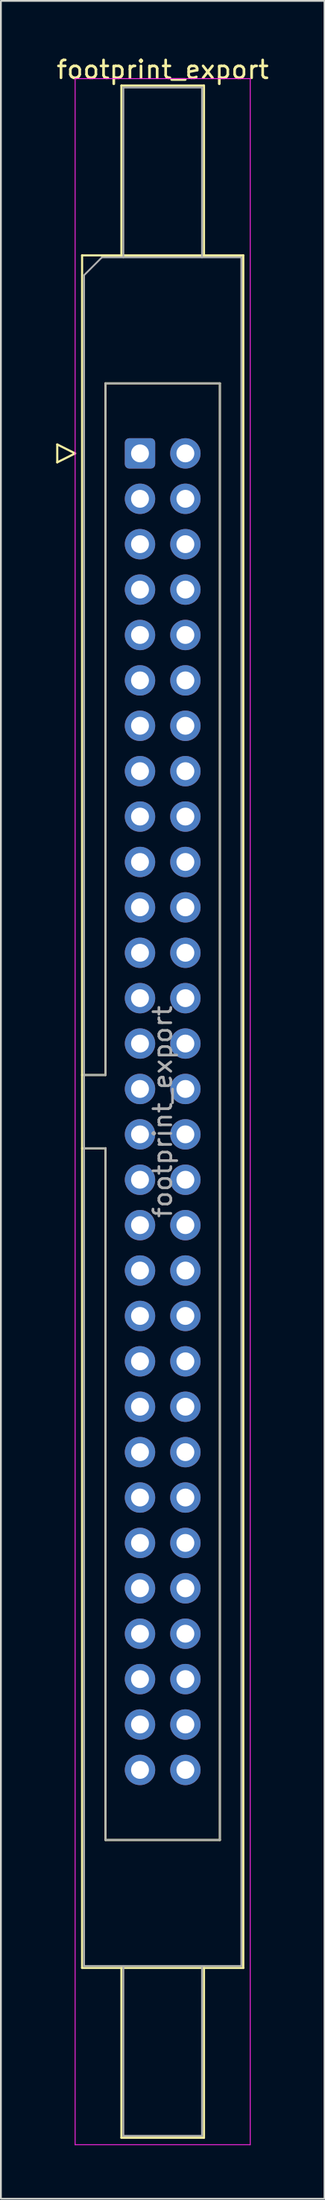
<source format=kicad_pcb>
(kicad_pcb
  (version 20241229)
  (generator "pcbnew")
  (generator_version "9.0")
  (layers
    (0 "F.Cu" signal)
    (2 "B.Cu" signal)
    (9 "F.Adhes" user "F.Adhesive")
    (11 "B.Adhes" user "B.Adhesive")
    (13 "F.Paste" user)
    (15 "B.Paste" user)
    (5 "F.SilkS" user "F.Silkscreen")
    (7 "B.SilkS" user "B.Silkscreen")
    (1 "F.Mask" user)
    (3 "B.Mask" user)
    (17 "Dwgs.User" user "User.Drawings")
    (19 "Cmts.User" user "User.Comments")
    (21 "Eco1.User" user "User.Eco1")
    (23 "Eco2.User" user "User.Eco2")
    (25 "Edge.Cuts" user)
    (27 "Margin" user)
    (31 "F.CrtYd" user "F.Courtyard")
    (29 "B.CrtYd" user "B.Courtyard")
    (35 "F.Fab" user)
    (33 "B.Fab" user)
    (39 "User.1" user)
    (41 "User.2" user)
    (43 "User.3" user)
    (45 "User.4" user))
  (footprint "footprint_export"
    (layer "F.Cu")
    (at 4.784 22.318)
    (property "Reference" "footprint_export" (at 1.27 -21.47 0) (layer "F.SilkS") (effects (font (size 1 1) (thickness 0.15))))
    (attr through_hole)
    (fp_line (start -4.63 -0.5) (end -4.63 0.5) (stroke (width 0.12) (type solid)) (layer "F.SilkS"))
    (fp_line (start -4.63 0.5) (end -3.63 0) (stroke (width 0.12) (type solid)) (layer "F.SilkS"))
    (fp_line (start -3.63 0) (end -4.63 -0.5) (stroke (width 0.12) (type solid)) (layer "F.SilkS"))
    (fp_line (start -3.24 -11.08) (end 5.78 -11.08) (stroke (width 0.12) (type solid)) (layer "F.SilkS"))
    (fp_line (start -3.24 34.78) (end -1.93 34.78) (stroke (width 0.12) (type solid)) (layer "F.SilkS"))
    (fp_line (start -3.24 84.74) (end -3.24 -11.08) (stroke (width 0.12) (type solid)) (layer "F.SilkS"))
    (fp_line (start -1.93 -3.92) (end 4.47 -3.92) (stroke (width 0.12) (type solid)) (layer "F.SilkS"))
    (fp_line (start -1.93 34.78) (end -1.93 -3.92) (stroke (width 0.12) (type solid)) (layer "F.SilkS"))
    (fp_line (start -1.93 38.88) (end -3.24 38.88) (stroke (width 0.12) (type solid)) (layer "F.SilkS"))
    (fp_line (start -1.93 38.88) (end -1.93 38.88) (stroke (width 0.12) (type solid)) (layer "F.SilkS"))
    (fp_line (start -1.93 77.58) (end -1.93 38.88) (stroke (width 0.12) (type solid)) (layer "F.SilkS"))
    (fp_line (start -1.04 -20.58) (end 3.58 -20.58) (stroke (width 0.12) (type solid)) (layer "F.SilkS"))
    (fp_line (start -1.04 -11.08) (end -1.04 -20.58) (stroke (width 0.12) (type solid)) (layer "F.SilkS"))
    (fp_line (start -1.04 84.74) (end -1.04 94.24) (stroke (width 0.12) (type solid)) (layer "F.SilkS"))
    (fp_line (start -1.04 94.24) (end 3.58 94.24) (stroke (width 0.12) (type solid)) (layer "F.SilkS"))
    (fp_line (start 3.58 -20.58) (end 3.58 -11.08) (stroke (width 0.12) (type solid)) (layer "F.SilkS"))
    (fp_line (start 3.58 94.24) (end 3.58 84.74) (stroke (width 0.12) (type solid)) (layer "F.SilkS"))
    (fp_line (start 4.47 -3.92) (end 4.47 77.58) (stroke (width 0.12) (type solid)) (layer "F.SilkS"))
    (fp_line (start 4.47 77.58) (end -1.93 77.58) (stroke (width 0.12) (type solid)) (layer "F.SilkS"))
    (fp_line (start 5.78 -11.08) (end 5.78 84.74) (stroke (width 0.12) (type solid)) (layer "F.SilkS"))
    (fp_line (start 5.78 84.74) (end -3.24 84.74) (stroke (width 0.12) (type solid)) (layer "F.SilkS"))
    (fp_line (start -3.63 -20.97) (end -3.63 94.63) (stroke (width 0.05) (type solid)) (layer "F.CrtYd"))
    (fp_line (start -3.63 94.63) (end 6.17 94.63) (stroke (width 0.05) (type solid)) (layer "F.CrtYd"))
    (fp_line (start 6.17 -20.97) (end -3.63 -20.97) (stroke (width 0.05) (type solid)) (layer "F.CrtYd"))
    (fp_line (start 6.17 94.63) (end 6.17 -20.97) (stroke (width 0.05) (type solid)) (layer "F.CrtYd"))
    (fp_line (start -3.13 -9.97) (end -2.13 -10.97) (stroke (width 0.1) (type solid)) (layer "F.Fab"))
    (fp_line (start -3.13 34.78) (end -1.93 34.78) (stroke (width 0.1) (type solid)) (layer "F.Fab"))
    (fp_line (start -3.13 84.63) (end -3.13 -9.97) (stroke (width 0.1) (type solid)) (layer "F.Fab"))
    (fp_line (start -2.13 -10.97) (end 5.67 -10.97) (stroke (width 0.1) (type solid)) (layer "F.Fab"))
    (fp_line (start -1.93 -3.92) (end 4.47 -3.92) (stroke (width 0.1) (type solid)) (layer "F.Fab"))
    (fp_line (start -1.93 34.78) (end -1.93 -3.92) (stroke (width 0.1) (type solid)) (layer "F.Fab"))
    (fp_line (start -1.93 38.88) (end -3.13 38.88) (stroke (width 0.1) (type solid)) (layer "F.Fab"))
    (fp_line (start -1.93 38.88) (end -1.93 38.88) (stroke (width 0.1) (type solid)) (layer "F.Fab"))
    (fp_line (start -1.93 77.58) (end -1.93 38.88) (stroke (width 0.1) (type solid)) (layer "F.Fab"))
    (fp_line (start -0.93 -20.47) (end 3.47 -20.47) (stroke (width 0.1) (type solid)) (layer "F.Fab"))
    (fp_line (start -0.93 -10.97) (end -0.93 -20.47) (stroke (width 0.1) (type solid)) (layer "F.Fab"))
    (fp_line (start -0.93 84.63) (end -0.93 94.13) (stroke (width 0.1) (type solid)) (layer "F.Fab"))
    (fp_line (start -0.93 94.13) (end 3.47 94.13) (stroke (width 0.1) (type solid)) (layer "F.Fab"))
    (fp_line (start 3.47 -20.47) (end 3.47 -10.97) (stroke (width 0.1) (type solid)) (layer "F.Fab"))
    (fp_line (start 3.47 94.13) (end 3.47 84.63) (stroke (width 0.1) (type solid)) (layer "F.Fab"))
    (fp_line (start 4.47 -3.92) (end 4.47 77.58) (stroke (width 0.1) (type solid)) (layer "F.Fab"))
    (fp_line (start 4.47 77.58) (end -1.93 77.58) (stroke (width 0.1) (type solid)) (layer "F.Fab"))
    (fp_line (start 5.67 -10.97) (end 5.67 84.63) (stroke (width 0.1) (type solid)) (layer "F.Fab"))
    (fp_line (start 5.67 84.63) (end -3.13 84.63) (stroke (width 0.1) (type solid)) (layer "F.Fab"))
    (fp_text user "${REFERENCE}" (at 1.27 36.83 90) (layer "F.Fab") (effects (font (size 1 1) (thickness 0.15))))
    (pad "1" thru_hole roundrect (at 0 0) (size 1.7 1.7) (drill 1) (layers "*.Cu" "*.Mask") (roundrect_rratio 0.147))
    (pad "2" thru_hole circle (at 2.54 0) (size 1.7 1.7) (drill 1) (layers "*.Cu" "*.Mask"))
    (pad "3" thru_hole circle (at 0 2.54) (size 1.7 1.7) (drill 1) (layers "*.Cu" "*.Mask"))
    (pad "4" thru_hole circle (at 2.54 2.54) (size 1.7 1.7) (drill 1) (layers "*.Cu" "*.Mask"))
    (pad "5" thru_hole circle (at 0 5.08) (size 1.7 1.7) (drill 1) (layers "*.Cu" "*.Mask"))
    (pad "6" thru_hole circle (at 2.54 5.08) (size 1.7 1.7) (drill 1) (layers "*.Cu" "*.Mask"))
    (pad "7" thru_hole circle (at 0 7.62) (size 1.7 1.7) (drill 1) (layers "*.Cu" "*.Mask"))
    (pad "8" thru_hole circle (at 2.54 7.62) (size 1.7 1.7) (drill 1) (layers "*.Cu" "*.Mask"))
    (pad "9" thru_hole circle (at 0 10.16) (size 1.7 1.7) (drill 1) (layers "*.Cu" "*.Mask"))
    (pad "10" thru_hole circle (at 2.54 10.16) (size 1.7 1.7) (drill 1) (layers "*.Cu" "*.Mask"))
    (pad "11" thru_hole circle (at 0 12.7) (size 1.7 1.7) (drill 1) (layers "*.Cu" "*.Mask"))
    (pad "12" thru_hole circle (at 2.54 12.7) (size 1.7 1.7) (drill 1) (layers "*.Cu" "*.Mask"))
    (pad "13" thru_hole circle (at 0 15.24) (size 1.7 1.7) (drill 1) (layers "*.Cu" "*.Mask"))
    (pad "14" thru_hole circle (at 2.54 15.24) (size 1.7 1.7) (drill 1) (layers "*.Cu" "*.Mask"))
    (pad "15" thru_hole circle (at 0 17.78) (size 1.7 1.7) (drill 1) (layers "*.Cu" "*.Mask"))
    (pad "16" thru_hole circle (at 2.54 17.78) (size 1.7 1.7) (drill 1) (layers "*.Cu" "*.Mask"))
    (pad "17" thru_hole circle (at 0 20.32) (size 1.7 1.7) (drill 1) (layers "*.Cu" "*.Mask"))
    (pad "18" thru_hole circle (at 2.54 20.32) (size 1.7 1.7) (drill 1) (layers "*.Cu" "*.Mask"))
    (pad "19" thru_hole circle (at 0 22.86) (size 1.7 1.7) (drill 1) (layers "*.Cu" "*.Mask"))
    (pad "20" thru_hole circle (at 2.54 22.86) (size 1.7 1.7) (drill 1) (layers "*.Cu" "*.Mask"))
    (pad "21" thru_hole circle (at 0 25.4) (size 1.7 1.7) (drill 1) (layers "*.Cu" "*.Mask"))
    (pad "22" thru_hole circle (at 2.54 25.4) (size 1.7 1.7) (drill 1) (layers "*.Cu" "*.Mask"))
    (pad "23" thru_hole circle (at 0 27.94) (size 1.7 1.7) (drill 1) (layers "*.Cu" "*.Mask"))
    (pad "24" thru_hole circle (at 2.54 27.94) (size 1.7 1.7) (drill 1) (layers "*.Cu" "*.Mask"))
    (pad "25" thru_hole circle (at 0 30.48) (size 1.7 1.7) (drill 1) (layers "*.Cu" "*.Mask"))
    (pad "26" thru_hole circle (at 2.54 30.48) (size 1.7 1.7) (drill 1) (layers "*.Cu" "*.Mask"))
    (pad "27" thru_hole circle (at 0 33.02) (size 1.7 1.7) (drill 1) (layers "*.Cu" "*.Mask"))
    (pad "28" thru_hole circle (at 2.54 33.02) (size 1.7 1.7) (drill 1) (layers "*.Cu" "*.Mask"))
    (pad "29" thru_hole circle (at 0 35.56) (size 1.7 1.7) (drill 1) (layers "*.Cu" "*.Mask"))
    (pad "30" thru_hole circle (at 2.54 35.56) (size 1.7 1.7) (drill 1) (layers "*.Cu" "*.Mask"))
    (pad "31" thru_hole circle (at 0 38.1) (size 1.7 1.7) (drill 1) (layers "*.Cu" "*.Mask"))
    (pad "32" thru_hole circle (at 2.54 38.1) (size 1.7 1.7) (drill 1) (layers "*.Cu" "*.Mask"))
    (pad "33" thru_hole circle (at 0 40.64) (size 1.7 1.7) (drill 1) (layers "*.Cu" "*.Mask"))
    (pad "34" thru_hole circle (at 2.54 40.64) (size 1.7 1.7) (drill 1) (layers "*.Cu" "*.Mask"))
    (pad "35" thru_hole circle (at 0 43.18) (size 1.7 1.7) (drill 1) (layers "*.Cu" "*.Mask"))
    (pad "36" thru_hole circle (at 2.54 43.18) (size 1.7 1.7) (drill 1) (layers "*.Cu" "*.Mask"))
    (pad "37" thru_hole circle (at 0 45.72) (size 1.7 1.7) (drill 1) (layers "*.Cu" "*.Mask"))
    (pad "38" thru_hole circle (at 2.54 45.72) (size 1.7 1.7) (drill 1) (layers "*.Cu" "*.Mask"))
    (pad "39" thru_hole circle (at 0 48.26) (size 1.7 1.7) (drill 1) (layers "*.Cu" "*.Mask"))
    (pad "40" thru_hole circle (at 2.54 48.26) (size 1.7 1.7) (drill 1) (layers "*.Cu" "*.Mask"))
    (pad "41" thru_hole circle (at 0 50.8) (size 1.7 1.7) (drill 1) (layers "*.Cu" "*.Mask"))
    (pad "42" thru_hole circle (at 2.54 50.8) (size 1.7 1.7) (drill 1) (layers "*.Cu" "*.Mask"))
    (pad "43" thru_hole circle (at 0 53.34) (size 1.7 1.7) (drill 1) (layers "*.Cu" "*.Mask"))
    (pad "44" thru_hole circle (at 2.54 53.34) (size 1.7 1.7) (drill 1) (layers "*.Cu" "*.Mask"))
    (pad "45" thru_hole circle (at 0 55.88) (size 1.7 1.7) (drill 1) (layers "*.Cu" "*.Mask"))
    (pad "46" thru_hole circle (at 2.54 55.88) (size 1.7 1.7) (drill 1) (layers "*.Cu" "*.Mask"))
    (pad "47" thru_hole circle (at 0 58.42) (size 1.7 1.7) (drill 1) (layers "*.Cu" "*.Mask"))
    (pad "48" thru_hole circle (at 2.54 58.42) (size 1.7 1.7) (drill 1) (layers "*.Cu" "*.Mask"))
    (pad "49" thru_hole circle (at 0 60.96) (size 1.7 1.7) (drill 1) (layers "*.Cu" "*.Mask"))
    (pad "50" thru_hole circle (at 2.54 60.96) (size 1.7 1.7) (drill 1) (layers "*.Cu" "*.Mask"))
    (pad "51" thru_hole circle (at 0 63.5) (size 1.7 1.7) (drill 1) (layers "*.Cu" "*.Mask"))
    (pad "52" thru_hole circle (at 2.54 63.5) (size 1.7 1.7) (drill 1) (layers "*.Cu" "*.Mask"))
    (pad "53" thru_hole circle (at 0 66.04) (size 1.7 1.7) (drill 1) (layers "*.Cu" "*.Mask"))
    (pad "54" thru_hole circle (at 2.54 66.04) (size 1.7 1.7) (drill 1) (layers "*.Cu" "*.Mask"))
    (pad "55" thru_hole circle (at 0 68.58) (size 1.7 1.7) (drill 1) (layers "*.Cu" "*.Mask"))
    (pad "56" thru_hole circle (at 2.54 68.58) (size 1.7 1.7) (drill 1) (layers "*.Cu" "*.Mask"))
    (pad "57" thru_hole circle (at 0 71.12) (size 1.7 1.7) (drill 1) (layers "*.Cu" "*.Mask"))
    (pad "58" thru_hole circle (at 2.54 71.12) (size 1.7 1.7) (drill 1) (layers "*.Cu" "*.Mask"))
    (pad "59" thru_hole circle (at 0 73.66) (size 1.7 1.7) (drill 1) (layers "*.Cu" "*.Mask"))
    (pad "60" thru_hole circle (at 2.54 73.66) (size 1.7 1.7) (drill 1) (layers "*.Cu" "*.Mask")))
  (gr_rect
    (start -3 -3)
    (end 15.107 119.973)
    (stroke (width 0.1) (type default))
    (fill no)
    (layer "Edge.Cuts")))
</source>
